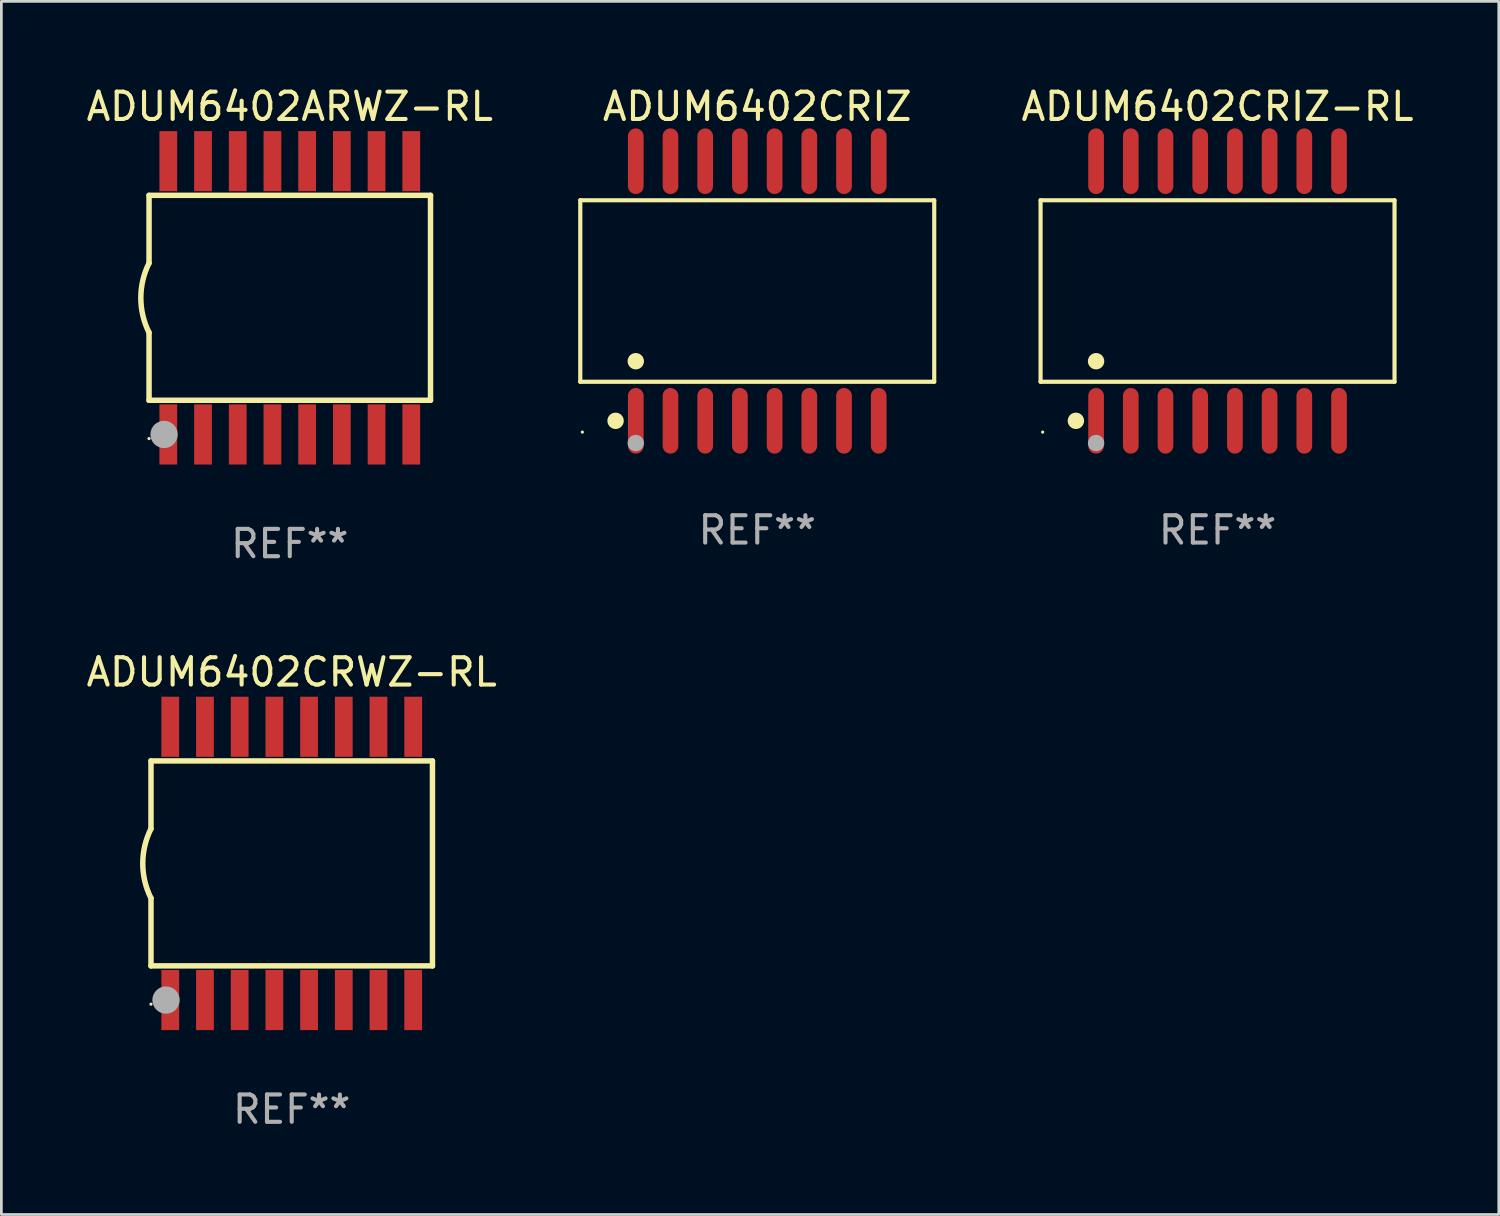
<source format=kicad_pcb>
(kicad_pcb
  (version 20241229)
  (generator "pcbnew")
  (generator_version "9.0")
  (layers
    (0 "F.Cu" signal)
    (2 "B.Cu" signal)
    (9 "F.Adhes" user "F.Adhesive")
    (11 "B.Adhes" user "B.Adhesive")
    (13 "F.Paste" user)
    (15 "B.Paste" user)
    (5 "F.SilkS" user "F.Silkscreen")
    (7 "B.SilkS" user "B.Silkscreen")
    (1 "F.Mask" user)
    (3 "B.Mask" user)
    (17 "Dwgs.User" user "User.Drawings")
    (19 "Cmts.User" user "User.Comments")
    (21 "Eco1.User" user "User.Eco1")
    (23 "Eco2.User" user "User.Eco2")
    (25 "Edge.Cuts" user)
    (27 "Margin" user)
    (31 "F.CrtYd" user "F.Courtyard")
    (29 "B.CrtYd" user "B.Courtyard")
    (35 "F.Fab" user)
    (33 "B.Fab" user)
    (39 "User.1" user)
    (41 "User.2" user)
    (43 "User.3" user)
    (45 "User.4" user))
  (footprint "ADUM6402CRIZ"
    (layer "F.Cu")
    (at 24.66 7.599)
    (property "Reference" "ADUM6402CRIZ" (at 0 -6.75 0) (layer "F.SilkS") (effects (font (size 1 1) (thickness 0.15))))
    (attr through_hole)
    (fp_line (start -6.476 -3.321) (end 6.476 -3.321) (stroke (width 0.152) (type solid)) (layer "F.SilkS"))
    (fp_line (start -6.476 3.321) (end -6.476 -3.321) (stroke (width 0.152) (type solid)) (layer "F.SilkS"))
    (fp_line (start 6.476 -3.321) (end 6.476 3.321) (stroke (width 0.152) (type solid)) (layer "F.SilkS"))
    (fp_line (start 6.476 3.321) (end -6.476 3.321) (stroke (width 0.152) (type solid)) (layer "F.SilkS"))
    (fp_circle (center -6.4 5.163) (end -6.37 5.163) (stroke (width 0.06) (type solid)) (fill no) (layer "F.SilkS"))
    (fp_circle (center -5.184 4.75) (end -5.034 4.75) (stroke (width 0.3) (type solid)) (fill no) (layer "F.SilkS"))
    (fp_circle (center -4.445 2.569) (end -4.295 2.569) (stroke (width 0.3) (type solid)) (fill no) (layer "F.SilkS"))
    (fp_circle (center -4.445 5.563) (end -4.295 5.563) (stroke (width 0.3) (type solid)) (fill no) (layer "F.Fab"))
    (fp_text user "REF**" (at 0 8.75 0) (layer "F.Fab") (effects (font (size 1 1) (thickness 0.15))))
    (pad "1" smd oval (at -4.445 4.75) (size 0.574 2.401) (layers "F.Cu" "F.Mask" "F.Paste"))
    (pad "2" smd oval (at -3.175 4.75) (size 0.574 2.401) (layers "F.Cu" "F.Mask" "F.Paste"))
    (pad "3" smd oval (at -1.905 4.75) (size 0.574 2.401) (layers "F.Cu" "F.Mask" "F.Paste"))
    (pad "4" smd oval (at -0.635 4.75) (size 0.574 2.401) (layers "F.Cu" "F.Mask" "F.Paste"))
    (pad "5" smd oval (at 0.635 4.75) (size 0.574 2.401) (layers "F.Cu" "F.Mask" "F.Paste"))
    (pad "6" smd oval (at 1.905 4.75) (size 0.574 2.401) (layers "F.Cu" "F.Mask" "F.Paste"))
    (pad "7" smd oval (at 3.175 4.75) (size 0.574 2.401) (layers "F.Cu" "F.Mask" "F.Paste"))
    (pad "8" smd oval (at 4.445 4.75) (size 0.574 2.401) (layers "F.Cu" "F.Mask" "F.Paste"))
    (pad "9" smd oval (at 4.445 -4.75) (size 0.574 2.401) (layers "F.Cu" "F.Mask" "F.Paste"))
    (pad "10" smd oval (at 3.175 -4.75) (size 0.574 2.401) (layers "F.Cu" "F.Mask" "F.Paste"))
    (pad "11" smd oval (at 1.905 -4.75) (size 0.574 2.401) (layers "F.Cu" "F.Mask" "F.Paste"))
    (pad "12" smd oval (at 0.635 -4.75) (size 0.574 2.401) (layers "F.Cu" "F.Mask" "F.Paste"))
    (pad "13" smd oval (at -0.635 -4.75) (size 0.574 2.401) (layers "F.Cu" "F.Mask" "F.Paste"))
    (pad "14" smd oval (at -1.905 -4.75) (size 0.574 2.401) (layers "F.Cu" "F.Mask" "F.Paste"))
    (pad "15" smd oval (at -3.175 -4.75) (size 0.574 2.401) (layers "F.Cu" "F.Mask" "F.Paste"))
    (pad "16" smd oval (at -4.445 -4.75) (size 0.574 2.401) (layers "F.Cu" "F.Mask" "F.Paste")))
  (footprint "ADUM6402ARWZ-RL"
    (layer "F.Cu")
    (at 7.554 7.848)
    (property "Reference" "ADUM6402ARWZ-RL" (at 0 -7 0) (layer "F.SilkS") (effects (font (size 1 1) (thickness 0.15))))
    (attr through_hole)
    (fp_line (start -5.15 -3.75) (end -5.15 -1.27) (stroke (width 0.2) (type solid)) (layer "F.SilkS"))
    (fp_line (start -5.15 -3.75) (end 5.15 -3.75) (stroke (width 0.2) (type solid)) (layer "F.SilkS"))
    (fp_line (start -5.15 3.75) (end -5.15 1.27) (stroke (width 0.2) (type solid)) (layer "F.SilkS"))
    (fp_line (start 5.15 -3.75) (end 5.15 3.75) (stroke (width 0.2) (type solid)) (layer "F.SilkS"))
    (fp_line (start 5.15 3.75) (end -5.15 3.75) (stroke (width 0.2) (type solid)) (layer "F.SilkS"))
    (fp_arc (start -5.151131 1.270003) (mid -5.450556 -0.000132) (end -5.150013 -1.270003) (stroke (width 0.2) (type solid)) (layer "F.SilkS"))
    (fp_circle (center -5.15 5.15) (end -5.12 5.15) (stroke (width 0.06) (type solid)) (fill no) (layer "F.SilkS"))
    (fp_circle (center -4.6 5) (end -4.35 5) (stroke (width 0.5) (type solid)) (fill no) (layer "F.Fab"))
    (fp_text user "REF**" (at 0 9 0) (layer "F.Fab") (effects (font (size 1 1) (thickness 0.15))))
    (pad "1" smd rect (at -4.445 5) (size 0.65 2.2) (layers "F.Cu" "F.Mask" "F.Paste"))
    (pad "2" smd rect (at -3.175 5) (size 0.65 2.2) (layers "F.Cu" "F.Mask" "F.Paste"))
    (pad "3" smd rect (at -1.905 5) (size 0.65 2.2) (layers "F.Cu" "F.Mask" "F.Paste"))
    (pad "4" smd rect (at -0.635 5) (size 0.65 2.2) (layers "F.Cu" "F.Mask" "F.Paste"))
    (pad "5" smd rect (at 0.635 5) (size 0.65 2.2) (layers "F.Cu" "F.Mask" "F.Paste"))
    (pad "6" smd rect (at 1.905 5) (size 0.65 2.2) (layers "F.Cu" "F.Mask" "F.Paste"))
    (pad "7" smd rect (at 3.175 5) (size 0.65 2.2) (layers "F.Cu" "F.Mask" "F.Paste"))
    (pad "8" smd rect (at 4.445 5) (size 0.65 2.2) (layers "F.Cu" "F.Mask" "F.Paste"))
    (pad "9" smd rect (at 4.445 -5) (size 0.65 2.2) (layers "F.Cu" "F.Mask" "F.Paste"))
    (pad "10" smd rect (at 3.175 -5) (size 0.65 2.2) (layers "F.Cu" "F.Mask" "F.Paste"))
    (pad "11" smd rect (at 1.905 -5) (size 0.65 2.2) (layers "F.Cu" "F.Mask" "F.Paste"))
    (pad "12" smd rect (at 0.635 -5) (size 0.65 2.2) (layers "F.Cu" "F.Mask" "F.Paste"))
    (pad "13" smd rect (at -0.635 -5) (size 0.65 2.2) (layers "F.Cu" "F.Mask" "F.Paste"))
    (pad "14" smd rect (at -1.905 -5) (size 0.65 2.2) (layers "F.Cu" "F.Mask" "F.Paste"))
    (pad "15" smd rect (at -3.175 -5) (size 0.65 2.2) (layers "F.Cu" "F.Mask" "F.Paste"))
    (pad "16" smd rect (at -4.445 -5) (size 0.65 2.2) (layers "F.Cu" "F.Mask" "F.Paste")))
  (footprint "ADUM6402CRIZ-RL"
    (layer "F.Cu")
    (at 41.504 7.599)
    (property "Reference" "ADUM6402CRIZ-RL" (at 0 -6.75 0) (layer "F.SilkS") (effects (font (size 1 1) (thickness 0.15))))
    (attr through_hole)
    (fp_line (start -6.476 -3.321) (end 6.476 -3.321) (stroke (width 0.152) (type solid)) (layer "F.SilkS"))
    (fp_line (start -6.476 3.321) (end -6.476 -3.321) (stroke (width 0.152) (type solid)) (layer "F.SilkS"))
    (fp_line (start 6.476 -3.321) (end 6.476 3.321) (stroke (width 0.152) (type solid)) (layer "F.SilkS"))
    (fp_line (start 6.476 3.321) (end -6.476 3.321) (stroke (width 0.152) (type solid)) (layer "F.SilkS"))
    (fp_circle (center -6.4 5.163) (end -6.37 5.163) (stroke (width 0.06) (type solid)) (fill no) (layer "F.SilkS"))
    (fp_circle (center -5.184 4.75) (end -5.034 4.75) (stroke (width 0.3) (type solid)) (fill no) (layer "F.SilkS"))
    (fp_circle (center -4.445 2.569) (end -4.295 2.569) (stroke (width 0.3) (type solid)) (fill no) (layer "F.SilkS"))
    (fp_circle (center -4.445 5.563) (end -4.295 5.563) (stroke (width 0.3) (type solid)) (fill no) (layer "F.Fab"))
    (fp_text user "REF**" (at 0 8.75 0) (layer "F.Fab") (effects (font (size 1 1) (thickness 0.15))))
    (pad "1" smd oval (at -4.445 4.75) (size 0.574 2.401) (layers "F.Cu" "F.Mask" "F.Paste"))
    (pad "2" smd oval (at -3.175 4.75) (size 0.574 2.401) (layers "F.Cu" "F.Mask" "F.Paste"))
    (pad "3" smd oval (at -1.905 4.75) (size 0.574 2.401) (layers "F.Cu" "F.Mask" "F.Paste"))
    (pad "4" smd oval (at -0.635 4.75) (size 0.574 2.401) (layers "F.Cu" "F.Mask" "F.Paste"))
    (pad "5" smd oval (at 0.635 4.75) (size 0.574 2.401) (layers "F.Cu" "F.Mask" "F.Paste"))
    (pad "6" smd oval (at 1.905 4.75) (size 0.574 2.401) (layers "F.Cu" "F.Mask" "F.Paste"))
    (pad "7" smd oval (at 3.175 4.75) (size 0.574 2.401) (layers "F.Cu" "F.Mask" "F.Paste"))
    (pad "8" smd oval (at 4.445 4.75) (size 0.574 2.401) (layers "F.Cu" "F.Mask" "F.Paste"))
    (pad "9" smd oval (at 4.445 -4.75) (size 0.574 2.401) (layers "F.Cu" "F.Mask" "F.Paste"))
    (pad "10" smd oval (at 3.175 -4.75) (size 0.574 2.401) (layers "F.Cu" "F.Mask" "F.Paste"))
    (pad "11" smd oval (at 1.905 -4.75) (size 0.574 2.401) (layers "F.Cu" "F.Mask" "F.Paste"))
    (pad "12" smd oval (at 0.635 -4.75) (size 0.574 2.401) (layers "F.Cu" "F.Mask" "F.Paste"))
    (pad "13" smd oval (at -0.635 -4.75) (size 0.574 2.401) (layers "F.Cu" "F.Mask" "F.Paste"))
    (pad "14" smd oval (at -1.905 -4.75) (size 0.574 2.401) (layers "F.Cu" "F.Mask" "F.Paste"))
    (pad "15" smd oval (at -3.175 -4.75) (size 0.574 2.401) (layers "F.Cu" "F.Mask" "F.Paste"))
    (pad "16" smd oval (at -4.445 -4.75) (size 0.574 2.401) (layers "F.Cu" "F.Mask" "F.Paste")))
  (footprint "ADUM6402CRWZ-RL"
    (layer "F.Cu")
    (at 7.625 28.545)
    (property "Reference" "ADUM6402CRWZ-RL" (at 0 -7 0) (layer "F.SilkS") (effects (font (size 1 1) (thickness 0.15))))
    (attr through_hole)
    (fp_line (start -5.15 -3.75) (end -5.15 -1.27) (stroke (width 0.2) (type solid)) (layer "F.SilkS"))
    (fp_line (start -5.15 -3.75) (end 5.15 -3.75) (stroke (width 0.2) (type solid)) (layer "F.SilkS"))
    (fp_line (start -5.15 3.75) (end -5.15 1.27) (stroke (width 0.2) (type solid)) (layer "F.SilkS"))
    (fp_line (start 5.15 -3.75) (end 5.15 3.75) (stroke (width 0.2) (type solid)) (layer "F.SilkS"))
    (fp_line (start 5.15 3.75) (end -5.15 3.75) (stroke (width 0.2) (type solid)) (layer "F.SilkS"))
    (fp_arc (start -5.151131 1.270003) (mid -5.450556 -0.000132) (end -5.150013 -1.270003) (stroke (width 0.2) (type solid)) (layer "F.SilkS"))
    (fp_circle (center -5.15 5.15) (end -5.12 5.15) (stroke (width 0.06) (type solid)) (fill no) (layer "F.SilkS"))
    (fp_circle (center -4.6 5) (end -4.35 5) (stroke (width 0.5) (type solid)) (fill no) (layer "F.Fab"))
    (fp_text user "REF**" (at 0 9 0) (layer "F.Fab") (effects (font (size 1 1) (thickness 0.15))))
    (pad "1" smd rect (at -4.445 5) (size 0.65 2.2) (layers "F.Cu" "F.Mask" "F.Paste"))
    (pad "2" smd rect (at -3.175 5) (size 0.65 2.2) (layers "F.Cu" "F.Mask" "F.Paste"))
    (pad "3" smd rect (at -1.905 5) (size 0.65 2.2) (layers "F.Cu" "F.Mask" "F.Paste"))
    (pad "4" smd rect (at -0.635 5) (size 0.65 2.2) (layers "F.Cu" "F.Mask" "F.Paste"))
    (pad "5" smd rect (at 0.635 5) (size 0.65 2.2) (layers "F.Cu" "F.Mask" "F.Paste"))
    (pad "6" smd rect (at 1.905 5) (size 0.65 2.2) (layers "F.Cu" "F.Mask" "F.Paste"))
    (pad "7" smd rect (at 3.175 5) (size 0.65 2.2) (layers "F.Cu" "F.Mask" "F.Paste"))
    (pad "8" smd rect (at 4.445 5) (size 0.65 2.2) (layers "F.Cu" "F.Mask" "F.Paste"))
    (pad "9" smd rect (at 4.445 -5) (size 0.65 2.2) (layers "F.Cu" "F.Mask" "F.Paste"))
    (pad "10" smd rect (at 3.175 -5) (size 0.65 2.2) (layers "F.Cu" "F.Mask" "F.Paste"))
    (pad "11" smd rect (at 1.905 -5) (size 0.65 2.2) (layers "F.Cu" "F.Mask" "F.Paste"))
    (pad "12" smd rect (at 0.635 -5) (size 0.65 2.2) (layers "F.Cu" "F.Mask" "F.Paste"))
    (pad "13" smd rect (at -0.635 -5) (size 0.65 2.2) (layers "F.Cu" "F.Mask" "F.Paste"))
    (pad "14" smd rect (at -1.905 -5) (size 0.65 2.2) (layers "F.Cu" "F.Mask" "F.Paste"))
    (pad "15" smd rect (at -3.175 -5) (size 0.65 2.2) (layers "F.Cu" "F.Mask" "F.Paste"))
    (pad "16" smd rect (at -4.445 -5) (size 0.65 2.2) (layers "F.Cu" "F.Mask" "F.Paste")))
  (gr_rect
    (start -3 -3)
    (end 51.795 41.393)
    (stroke (width 0.1) (type default))
    (fill no)
    (layer "Edge.Cuts")))
</source>
